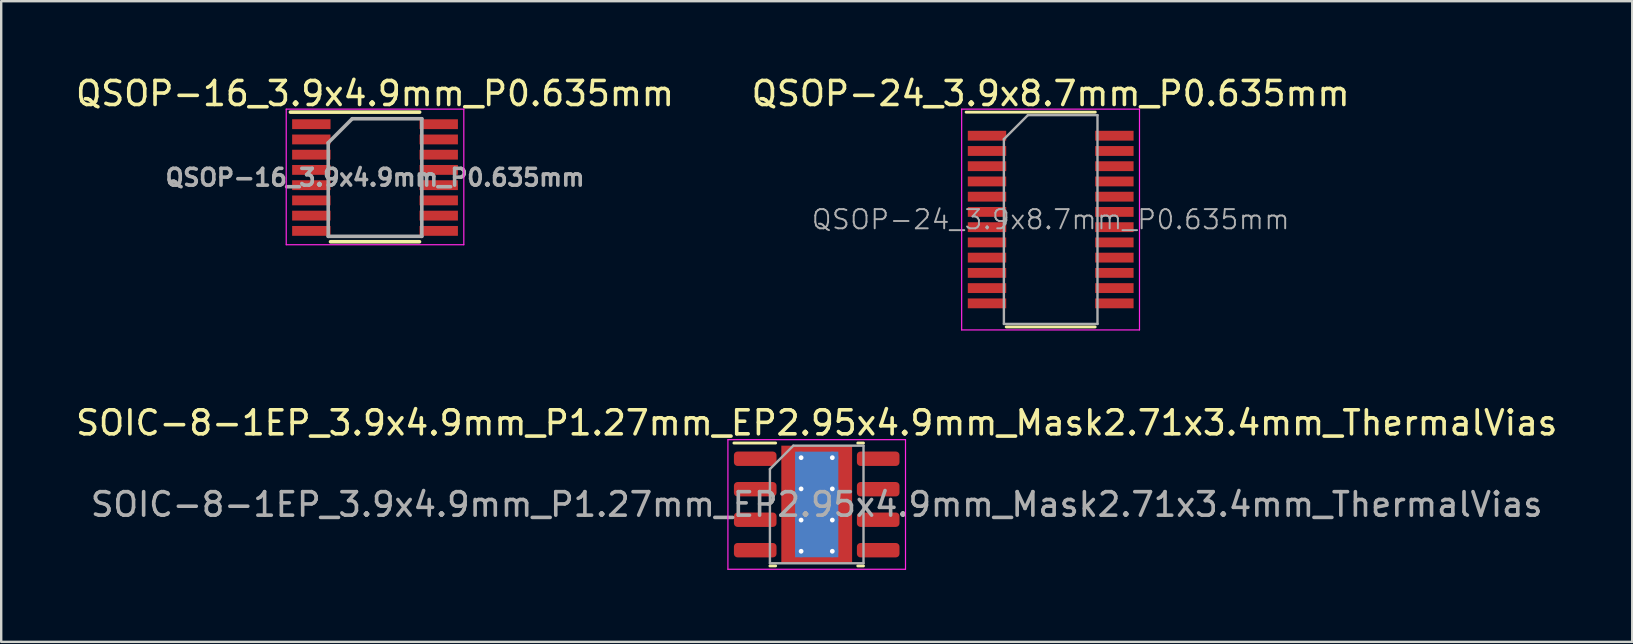
<source format=kicad_pcb>
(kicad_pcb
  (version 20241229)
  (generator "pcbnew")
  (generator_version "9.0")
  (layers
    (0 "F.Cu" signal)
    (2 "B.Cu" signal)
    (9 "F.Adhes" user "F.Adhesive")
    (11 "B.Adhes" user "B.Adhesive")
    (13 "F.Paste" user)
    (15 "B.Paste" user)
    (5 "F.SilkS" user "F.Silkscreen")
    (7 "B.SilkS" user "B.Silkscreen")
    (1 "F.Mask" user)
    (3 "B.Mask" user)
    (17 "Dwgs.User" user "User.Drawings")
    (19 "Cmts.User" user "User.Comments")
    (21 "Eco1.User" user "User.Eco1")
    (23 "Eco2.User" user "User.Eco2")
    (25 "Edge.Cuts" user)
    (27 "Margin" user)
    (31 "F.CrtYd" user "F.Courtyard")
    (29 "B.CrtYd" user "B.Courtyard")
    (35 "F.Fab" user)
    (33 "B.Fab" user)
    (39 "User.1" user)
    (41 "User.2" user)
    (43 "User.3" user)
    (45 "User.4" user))
  (footprint "SOIC-8-1EP_3.9x4.9mm_P1.27mm_EP2.95x4.9mm_Mask2.71x3.4mm_ThermalVias"
    (layer "F.Cu")
    (at 30.982 17.971)
    (property "Reference" "SOIC-8-1EP_3.9x4.9mm_P1.27mm_EP2.95x4.9mm_Mask2.71x3.4mm_ThermalVias" (at 0 -3.4 0) (layer "F.SilkS") (effects (font (size 1 1) (thickness 0.15))))
    (attr smd)
    (fp_line (start -1.711 -2.56) (end -3.45 -2.56) (stroke (width 0.12) (type solid)) (layer "F.SilkS"))
    (fp_line (start -1.711 2.56) (end -1.95 2.56) (stroke (width 0.12) (type solid)) (layer "F.SilkS"))
    (fp_line (start 1.711 -2.56) (end 1.95 -2.56) (stroke (width 0.12) (type solid)) (layer "F.SilkS"))
    (fp_line (start 1.711 2.56) (end 1.95 2.56) (stroke (width 0.12) (type solid)) (layer "F.SilkS"))
    (fp_line (start -3.7 -2.7) (end -3.7 2.7) (stroke (width 0.05) (type solid)) (layer "F.CrtYd"))
    (fp_line (start -3.7 2.7) (end 3.7 2.7) (stroke (width 0.05) (type solid)) (layer "F.CrtYd"))
    (fp_line (start 3.7 -2.7) (end -3.7 -2.7) (stroke (width 0.05) (type solid)) (layer "F.CrtYd"))
    (fp_line (start 3.7 2.7) (end 3.7 -2.7) (stroke (width 0.05) (type solid)) (layer "F.CrtYd"))
    (fp_line (start -1.95 -1.475) (end -0.975 -2.45) (stroke (width 0.1) (type solid)) (layer "F.Fab"))
    (fp_line (start -1.95 2.45) (end -1.95 -1.475) (stroke (width 0.1) (type solid)) (layer "F.Fab"))
    (fp_line (start -0.975 -2.45) (end 1.95 -2.45) (stroke (width 0.1) (type solid)) (layer "F.Fab"))
    (fp_line (start 1.95 -2.45) (end 1.95 2.45) (stroke (width 0.1) (type solid)) (layer "F.Fab"))
    (fp_line (start 1.95 2.45) (end -1.95 2.45) (stroke (width 0.1) (type solid)) (layer "F.Fab"))
    (fp_text user "${REFERENCE}" (at 0 0 0) (layer "F.Fab") (effects (font (size 0.98 0.98) (thickness 0.15))))
    (pad "" smd roundrect (at -0.68 -0.85) (size 1.13 1.42) (layers "F.Paste") (roundrect_rratio 0.221))
    (pad "" smd roundrect (at -0.68 0.85) (size 1.13 1.42) (layers "F.Paste") (roundrect_rratio 0.221))
    (pad "" smd rect (at 0 0) (size 2.71 3.4) (layers "F.Mask"))
    (pad "" smd roundrect (at 0.68 -0.85) (size 1.13 1.42) (layers "F.Paste") (roundrect_rratio 0.221))
    (pad "" smd roundrect (at 0.68 0.85) (size 1.13 1.42) (layers "F.Paste") (roundrect_rratio 0.221))
    (pad "1" smd roundrect (at -2.562 -1.905) (size 1.775 0.6) (layers "F.Cu" "F.Mask" "F.Paste") (roundrect_rratio 0.25))
    (pad "2" smd roundrect (at -2.562 -0.635) (size 1.775 0.6) (layers "F.Cu" "F.Mask" "F.Paste") (roundrect_rratio 0.25))
    (pad "3" smd roundrect (at -2.562 0.635) (size 1.775 0.6) (layers "F.Cu" "F.Mask" "F.Paste") (roundrect_rratio 0.25))
    (pad "4" smd roundrect (at -2.562 1.905) (size 1.775 0.6) (layers "F.Cu" "F.Mask" "F.Paste") (roundrect_rratio 0.25))
    (pad "5" smd roundrect (at 2.562 1.905) (size 1.775 0.6) (layers "F.Cu" "F.Mask" "F.Paste") (roundrect_rratio 0.25))
    (pad "6" smd roundrect (at 2.562 0.635) (size 1.775 0.6) (layers "F.Cu" "F.Mask" "F.Paste") (roundrect_rratio 0.25))
    (pad "7" smd roundrect (at 2.562 -0.635) (size 1.775 0.6) (layers "F.Cu" "F.Mask" "F.Paste") (roundrect_rratio 0.25))
    (pad "8" smd roundrect (at 2.562 -1.905) (size 1.775 0.6) (layers "F.Cu" "F.Mask" "F.Paste") (roundrect_rratio 0.25))
    (pad "9" thru_hole circle (at -0.65 -1.95) (size 0.5 0.5) (drill 0.2) (layers "*.Cu"))
    (pad "9" thru_hole circle (at -0.65 -0.65) (size 0.5 0.5) (drill 0.2) (layers "*.Cu"))
    (pad "9" thru_hole circle (at -0.65 0.65) (size 0.5 0.5) (drill 0.2) (layers "*.Cu"))
    (pad "9" thru_hole circle (at -0.65 1.95) (size 0.5 0.5) (drill 0.2) (layers "*.Cu"))
    (pad "9" smd rect (at 0 0) (size 1.8 4.4) (layers "B.Cu"))
    (pad "9" smd rect (at 0 0) (size 2.95 4.9) (layers "F.Cu"))
    (pad "9" thru_hole circle (at 0.65 -1.95) (size 0.5 0.5) (drill 0.2) (layers "*.Cu"))
    (pad "9" thru_hole circle (at 0.65 -0.65) (size 0.5 0.5) (drill 0.2) (layers "*.Cu"))
    (pad "9" thru_hole circle (at 0.65 0.65) (size 0.5 0.5) (drill 0.2) (layers "*.Cu"))
    (pad "9" thru_hole circle (at 0.65 1.95) (size 0.5 0.5) (drill 0.2) (layers "*.Cu")))
  (footprint "QSOP-24_3.9x8.7mm_P0.635mm"
    (layer "F.Cu")
    (at 40.732 6.098)
    (property "Reference" "QSOP-24_3.9x8.7mm_P0.635mm" (at 0 -5.25 0) (layer "F.SilkS") (effects (font (size 1 1) (thickness 0.15))))
    (attr smd)
    (fp_line (start -3.525 -4.475) (end 1.859 -4.475) (stroke (width 0.12) (type solid)) (layer "F.SilkS"))
    (fp_line (start -1.854 4.475) (end 1.854 4.475) (stroke (width 0.12) (type solid)) (layer "F.SilkS"))
    (fp_line (start -3.71 -4.6) (end -3.71 4.6) (stroke (width 0.05) (type solid)) (layer "F.CrtYd"))
    (fp_line (start -3.71 -4.6) (end 3.7 -4.6) (stroke (width 0.05) (type solid)) (layer "F.CrtYd"))
    (fp_line (start -3.71 4.6) (end 3.7 4.6) (stroke (width 0.05) (type solid)) (layer "F.CrtYd"))
    (fp_line (start 3.7 -4.6) (end 3.7 4.6) (stroke (width 0.05) (type solid)) (layer "F.CrtYd"))
    (fp_line (start -1.95 -3.35) (end -0.95 -4.35) (stroke (width 0.1) (type solid)) (layer "F.Fab"))
    (fp_line (start -1.95 4.35) (end -1.95 -3.35) (stroke (width 0.1) (type solid)) (layer "F.Fab"))
    (fp_line (start -0.95 -4.35) (end 1.95 -4.35) (stroke (width 0.1) (type solid)) (layer "F.Fab"))
    (fp_line (start 1.95 -4.35) (end 1.95 4.35) (stroke (width 0.1) (type solid)) (layer "F.Fab"))
    (fp_line (start 1.95 4.35) (end -1.95 4.35) (stroke (width 0.1) (type solid)) (layer "F.Fab"))
    (fp_text user "${REFERENCE}" (at 0 0 0) (layer "F.Fab") (effects (font (size 0.8 0.8) (thickness 0.08))))
    (pad "1" smd rect (at -2.654 -3.493) (size 1.6 0.41) (layers "F.Cu" "F.Mask" "F.Paste"))
    (pad "2" smd rect (at -2.654 -2.857) (size 1.6 0.41) (layers "F.Cu" "F.Mask" "F.Paste"))
    (pad "3" smd rect (at -2.654 -2.223) (size 1.6 0.41) (layers "F.Cu" "F.Mask" "F.Paste"))
    (pad "4" smd rect (at -2.654 -1.587) (size 1.6 0.41) (layers "F.Cu" "F.Mask" "F.Paste"))
    (pad "5" smd rect (at -2.654 -0.953) (size 1.6 0.41) (layers "F.Cu" "F.Mask" "F.Paste"))
    (pad "6" smd rect (at -2.654 -0.318) (size 1.6 0.41) (layers "F.Cu" "F.Mask" "F.Paste"))
    (pad "7" smd rect (at -2.654 0.318) (size 1.6 0.41) (layers "F.Cu" "F.Mask" "F.Paste"))
    (pad "8" smd rect (at -2.654 0.953) (size 1.6 0.41) (layers "F.Cu" "F.Mask" "F.Paste"))
    (pad "9" smd rect (at -2.654 1.587) (size 1.6 0.41) (layers "F.Cu" "F.Mask" "F.Paste"))
    (pad "10" smd rect (at -2.654 2.223) (size 1.6 0.41) (layers "F.Cu" "F.Mask" "F.Paste"))
    (pad "11" smd rect (at -2.654 2.857) (size 1.6 0.41) (layers "F.Cu" "F.Mask" "F.Paste"))
    (pad "12" smd rect (at -2.654 3.493) (size 1.6 0.41) (layers "F.Cu" "F.Mask" "F.Paste"))
    (pad "13" smd rect (at 2.654 3.493) (size 1.6 0.41) (layers "F.Cu" "F.Mask" "F.Paste"))
    (pad "14" smd rect (at 2.654 2.857) (size 1.6 0.41) (layers "F.Cu" "F.Mask" "F.Paste"))
    (pad "15" smd rect (at 2.654 2.223) (size 1.6 0.41) (layers "F.Cu" "F.Mask" "F.Paste"))
    (pad "16" smd rect (at 2.654 1.587) (size 1.6 0.41) (layers "F.Cu" "F.Mask" "F.Paste"))
    (pad "17" smd rect (at 2.654 0.953) (size 1.6 0.41) (layers "F.Cu" "F.Mask" "F.Paste"))
    (pad "18" smd rect (at 2.654 0.318) (size 1.6 0.41) (layers "F.Cu" "F.Mask" "F.Paste"))
    (pad "19" smd rect (at 2.654 -0.318) (size 1.6 0.41) (layers "F.Cu" "F.Mask" "F.Paste"))
    (pad "20" smd rect (at 2.654 -0.953) (size 1.6 0.41) (layers "F.Cu" "F.Mask" "F.Paste"))
    (pad "21" smd rect (at 2.654 -1.587) (size 1.6 0.41) (layers "F.Cu" "F.Mask" "F.Paste"))
    (pad "22" smd rect (at 2.654 -2.223) (size 1.6 0.41) (layers "F.Cu" "F.Mask" "F.Paste"))
    (pad "23" smd rect (at 2.654 -2.857) (size 1.6 0.41) (layers "F.Cu" "F.Mask" "F.Paste"))
    (pad "24" smd rect (at 2.654 -3.493) (size 1.6 0.41) (layers "F.Cu" "F.Mask" "F.Paste")))
  (footprint "QSOP-16_3.9x4.9mm_P0.635mm"
    (layer "F.Cu")
    (at 12.577 4.348)
    (property "Reference" "QSOP-16_3.9x4.9mm_P0.635mm" (at 0 -3.5 0) (layer "F.SilkS") (effects (font (size 1 1) (thickness 0.15))))
    (attr smd)
    (fp_line (start -3.525 -2.725) (end 1.859 -2.725) (stroke (width 0.15) (type solid)) (layer "F.SilkS"))
    (fp_line (start -1.854 2.675) (end 1.854 2.675) (stroke (width 0.15) (type solid)) (layer "F.SilkS"))
    (fp_line (start -3.7 -2.85) (end -3.7 2.8) (stroke (width 0.05) (type solid)) (layer "F.CrtYd"))
    (fp_line (start -3.7 -2.85) (end 3.7 -2.85) (stroke (width 0.05) (type solid)) (layer "F.CrtYd"))
    (fp_line (start -3.7 2.8) (end 3.7 2.8) (stroke (width 0.05) (type solid)) (layer "F.CrtYd"))
    (fp_line (start 3.7 -2.85) (end 3.7 2.8) (stroke (width 0.05) (type solid)) (layer "F.CrtYd"))
    (fp_line (start -1.95 -1.45) (end -0.95 -2.45) (stroke (width 0.15) (type solid)) (layer "F.Fab"))
    (fp_line (start -1.95 2.45) (end -1.95 -1.45) (stroke (width 0.15) (type solid)) (layer "F.Fab"))
    (fp_line (start -0.95 -2.45) (end 1.95 -2.45) (stroke (width 0.15) (type solid)) (layer "F.Fab"))
    (fp_line (start 1.95 -2.45) (end 1.95 2.45) (stroke (width 0.15) (type solid)) (layer "F.Fab"))
    (fp_line (start 1.95 2.45) (end -1.95 2.45) (stroke (width 0.15) (type solid)) (layer "F.Fab"))
    (fp_text user "${REFERENCE}" (at 0 0 0) (layer "F.Fab") (effects (font (size 0.7 0.7) (thickness 0.15))))
    (pad "1" smd rect (at -2.654 -2.223) (size 1.6 0.41) (layers "F.Cu" "F.Mask" "F.Paste"))
    (pad "2" smd rect (at -2.654 -1.587) (size 1.6 0.41) (layers "F.Cu" "F.Mask" "F.Paste"))
    (pad "3" smd rect (at -2.654 -0.953) (size 1.6 0.41) (layers "F.Cu" "F.Mask" "F.Paste"))
    (pad "4" smd rect (at -2.654 -0.318) (size 1.6 0.41) (layers "F.Cu" "F.Mask" "F.Paste"))
    (pad "5" smd rect (at -2.654 0.318) (size 1.6 0.41) (layers "F.Cu" "F.Mask" "F.Paste"))
    (pad "6" smd rect (at -2.654 0.953) (size 1.6 0.41) (layers "F.Cu" "F.Mask" "F.Paste"))
    (pad "7" smd rect (at -2.654 1.587) (size 1.6 0.41) (layers "F.Cu" "F.Mask" "F.Paste"))
    (pad "8" smd rect (at -2.654 2.223) (size 1.6 0.41) (layers "F.Cu" "F.Mask" "F.Paste"))
    (pad "9" smd rect (at 2.654 2.223) (size 1.6 0.41) (layers "F.Cu" "F.Mask" "F.Paste"))
    (pad "10" smd rect (at 2.654 1.587) (size 1.6 0.41) (layers "F.Cu" "F.Mask" "F.Paste"))
    (pad "11" smd rect (at 2.654 0.953) (size 1.6 0.41) (layers "F.Cu" "F.Mask" "F.Paste"))
    (pad "12" smd rect (at 2.654 0.318) (size 1.6 0.41) (layers "F.Cu" "F.Mask" "F.Paste"))
    (pad "13" smd rect (at 2.654 -0.318) (size 1.6 0.41) (layers "F.Cu" "F.Mask" "F.Paste"))
    (pad "14" smd rect (at 2.654 -0.953) (size 1.6 0.41) (layers "F.Cu" "F.Mask" "F.Paste"))
    (pad "15" smd rect (at 2.654 -1.587) (size 1.6 0.41) (layers "F.Cu" "F.Mask" "F.Paste"))
    (pad "16" smd rect (at 2.654 -2.223) (size 1.6 0.41) (layers "F.Cu" "F.Mask" "F.Paste")))
  (gr_rect
    (start -3 -3)
    (end 64.964 23.697)
    (stroke (width 0.1) (type default))
    (fill no)
    (layer "Edge.Cuts")))
</source>
